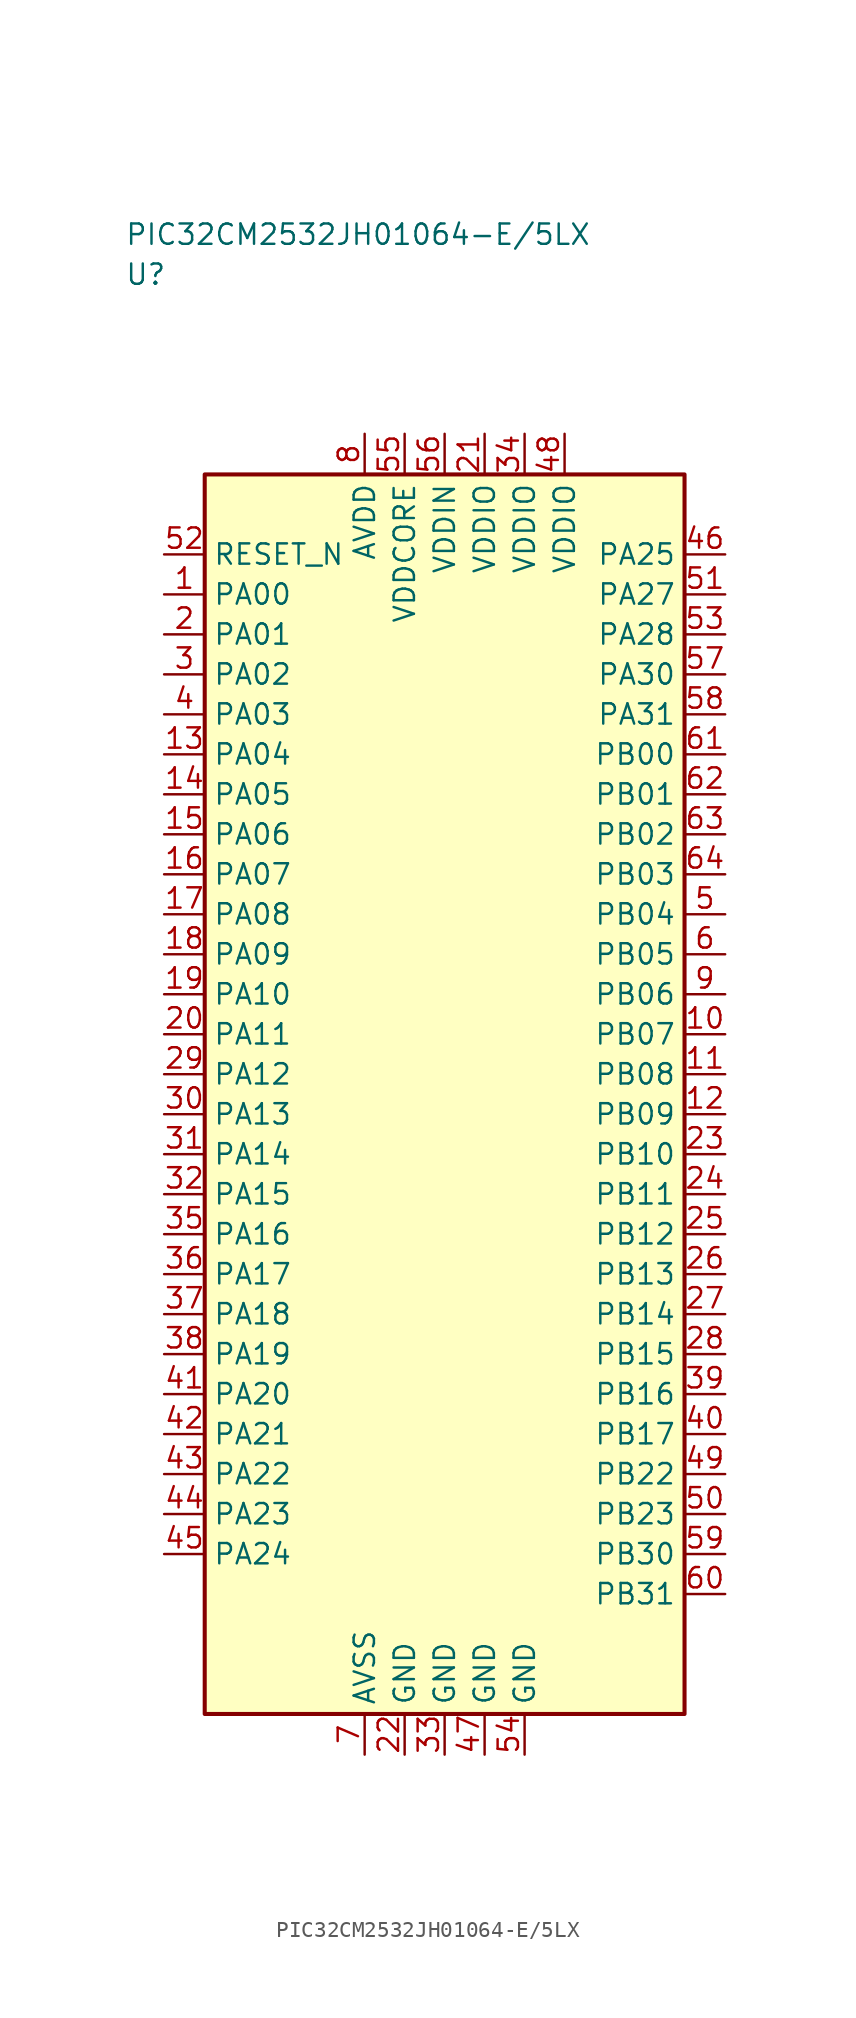
<source format=kicad_sym>
(kicad_symbol_lib
  (version 20241025)
  (generator "kicad_symbol_editor")
  (generator_version "8.0")
  (symbol "PIC32CM2532JH01064-E/5LX"
    (property "Reference" "U"
      (at -20.0 51.25 0)
      (effects (font (size 1.27 1.27)) (justify left)))
    (property "Value" "PIC32CM2532JH01064-E/5LX"
      (at -20.0 53.75 0)
      (effects (font (size 1.27 1.27)) (justify left)))
    (symbol "PIC32CM2532JH01064-E/5LX_0_1"
      (rectangle (start -15.0 38.75) (end 15.0 -38.75) (stroke (width 0.254) (type default)) (fill (type background))))
    (symbol "PIC32CM2532JH01064-E/5LX_1_1"
      (pin bidirectional line (at -17.54 31.25 0.0) (length 2.54) (name "PA00" (effects (font (size 1.27 1.27)))) (number "1" (effects (font (size 1.27 1.27)))))
      (pin bidirectional line (at -17.54 28.75 0.0) (length 2.54) (name "PA01" (effects (font (size 1.27 1.27)))) (number "2" (effects (font (size 1.27 1.27)))))
      (pin bidirectional line (at -17.54 26.25 0.0) (length 2.54) (name "PA02" (effects (font (size 1.27 1.27)))) (number "3" (effects (font (size 1.27 1.27)))))
      (pin bidirectional line (at -17.54 23.75 0.0) (length 2.54) (name "PA03" (effects (font (size 1.27 1.27)))) (number "4" (effects (font (size 1.27 1.27)))))
      (pin bidirectional line (at 17.54 11.25 180.0) (length 2.54) (name "PB04" (effects (font (size 1.27 1.27)))) (number "5" (effects (font (size 1.27 1.27)))))
      (pin bidirectional line (at 17.54 8.75 180.0) (length 2.54) (name "PB05" (effects (font (size 1.27 1.27)))) (number "6" (effects (font (size 1.27 1.27)))))
      (pin passive line (at -5.0 -41.29 90.0) (length 2.54) (name "AVSS" (effects (font (size 1.27 1.27)))) (number "7" (effects (font (size 1.27 1.27)))))
      (pin power_in line (at -5.0 41.29 270.0) (length 2.54) (name "AVDD" (effects (font (size 1.27 1.27)))) (number "8" (effects (font (size 1.27 1.27)))))
      (pin bidirectional line (at 17.54 6.25 180.0) (length 2.54) (name "PB06" (effects (font (size 1.27 1.27)))) (number "9" (effects (font (size 1.27 1.27)))))
      (pin bidirectional line (at 17.54 3.75 180.0) (length 2.54) (name "PB07" (effects (font (size 1.27 1.27)))) (number "10" (effects (font (size 1.27 1.27)))))
      (pin bidirectional line (at 17.54 1.25 180.0) (length 2.54) (name "PB08" (effects (font (size 1.27 1.27)))) (number "11" (effects (font (size 1.27 1.27)))))
      (pin bidirectional line (at 17.54 -1.25 180.0) (length 2.54) (name "PB09" (effects (font (size 1.27 1.27)))) (number "12" (effects (font (size 1.27 1.27)))))
      (pin bidirectional line (at -17.54 21.25 0.0) (length 2.54) (name "PA04" (effects (font (size 1.27 1.27)))) (number "13" (effects (font (size 1.27 1.27)))))
      (pin bidirectional line (at -17.54 18.75 0.0) (length 2.54) (name "PA05" (effects (font (size 1.27 1.27)))) (number "14" (effects (font (size 1.27 1.27)))))
      (pin bidirectional line (at -17.54 16.25 0.0) (length 2.54) (name "PA06" (effects (font (size 1.27 1.27)))) (number "15" (effects (font (size 1.27 1.27)))))
      (pin bidirectional line (at -17.54 13.75 0.0) (length 2.54) (name "PA07" (effects (font (size 1.27 1.27)))) (number "16" (effects (font (size 1.27 1.27)))))
      (pin bidirectional line (at -17.54 11.25 0.0) (length 2.54) (name "PA08" (effects (font (size 1.27 1.27)))) (number "17" (effects (font (size 1.27 1.27)))))
      (pin bidirectional line (at -17.54 8.75 0.0) (length 2.54) (name "PA09" (effects (font (size 1.27 1.27)))) (number "18" (effects (font (size 1.27 1.27)))))
      (pin bidirectional line (at -17.54 6.25 0.0) (length 2.54) (name "PA10" (effects (font (size 1.27 1.27)))) (number "19" (effects (font (size 1.27 1.27)))))
      (pin bidirectional line (at -17.54 3.75 0.0) (length 2.54) (name "PA11" (effects (font (size 1.27 1.27)))) (number "20" (effects (font (size 1.27 1.27)))))
      (pin power_in line (at 2.5 41.29 270.0) (length 2.54) (name "VDDIO" (effects (font (size 1.27 1.27)))) (number "21" (effects (font (size 1.27 1.27)))))
      (pin passive line (at -2.5 -41.29 90.0) (length 2.54) (name "GND" (effects (font (size 1.27 1.27)))) (number "22" (effects (font (size 1.27 1.27)))))
      (pin bidirectional line (at 17.54 -3.75 180.0) (length 2.54) (name "PB10" (effects (font (size 1.27 1.27)))) (number "23" (effects (font (size 1.27 1.27)))))
      (pin bidirectional line (at 17.54 -6.25 180.0) (length 2.54) (name "PB11" (effects (font (size 1.27 1.27)))) (number "24" (effects (font (size 1.27 1.27)))))
      (pin bidirectional line (at 17.54 -8.75 180.0) (length 2.54) (name "PB12" (effects (font (size 1.27 1.27)))) (number "25" (effects (font (size 1.27 1.27)))))
      (pin bidirectional line (at 17.54 -11.25 180.0) (length 2.54) (name "PB13" (effects (font (size 1.27 1.27)))) (number "26" (effects (font (size 1.27 1.27)))))
      (pin bidirectional line (at 17.54 -13.75 180.0) (length 2.54) (name "PB14" (effects (font (size 1.27 1.27)))) (number "27" (effects (font (size 1.27 1.27)))))
      (pin bidirectional line (at 17.54 -16.25 180.0) (length 2.54) (name "PB15" (effects (font (size 1.27 1.27)))) (number "28" (effects (font (size 1.27 1.27)))))
      (pin bidirectional line (at -17.54 1.25 0.0) (length 2.54) (name "PA12" (effects (font (size 1.27 1.27)))) (number "29" (effects (font (size 1.27 1.27)))))
      (pin bidirectional line (at -17.54 -1.25 0.0) (length 2.54) (name "PA13" (effects (font (size 1.27 1.27)))) (number "30" (effects (font (size 1.27 1.27)))))
      (pin bidirectional line (at -17.54 -3.75 0.0) (length 2.54) (name "PA14" (effects (font (size 1.27 1.27)))) (number "31" (effects (font (size 1.27 1.27)))))
      (pin bidirectional line (at -17.54 -6.25 0.0) (length 2.54) (name "PA15" (effects (font (size 1.27 1.27)))) (number "32" (effects (font (size 1.27 1.27)))))
      (pin passive line (at 0.0 -41.29 90.0) (length 2.54) (name "GND" (effects (font (size 1.27 1.27)))) (number "33" (effects (font (size 1.27 1.27)))))
      (pin power_in line (at 5.0 41.29 270.0) (length 2.54) (name "VDDIO" (effects (font (size 1.27 1.27)))) (number "34" (effects (font (size 1.27 1.27)))))
      (pin bidirectional line (at -17.54 -8.75 0.0) (length 2.54) (name "PA16" (effects (font (size 1.27 1.27)))) (number "35" (effects (font (size 1.27 1.27)))))
      (pin bidirectional line (at -17.54 -11.25 0.0) (length 2.54) (name "PA17" (effects (font (size 1.27 1.27)))) (number "36" (effects (font (size 1.27 1.27)))))
      (pin bidirectional line (at -17.54 -13.75 0.0) (length 2.54) (name "PA18" (effects (font (size 1.27 1.27)))) (number "37" (effects (font (size 1.27 1.27)))))
      (pin bidirectional line (at -17.54 -16.25 0.0) (length 2.54) (name "PA19" (effects (font (size 1.27 1.27)))) (number "38" (effects (font (size 1.27 1.27)))))
      (pin bidirectional line (at 17.54 -18.75 180.0) (length 2.54) (name "PB16" (effects (font (size 1.27 1.27)))) (number "39" (effects (font (size 1.27 1.27)))))
      (pin bidirectional line (at 17.54 -21.25 180.0) (length 2.54) (name "PB17" (effects (font (size 1.27 1.27)))) (number "40" (effects (font (size 1.27 1.27)))))
      (pin bidirectional line (at -17.54 -18.75 0.0) (length 2.54) (name "PA20" (effects (font (size 1.27 1.27)))) (number "41" (effects (font (size 1.27 1.27)))))
      (pin bidirectional line (at -17.54 -21.25 0.0) (length 2.54) (name "PA21" (effects (font (size 1.27 1.27)))) (number "42" (effects (font (size 1.27 1.27)))))
      (pin bidirectional line (at -17.54 -23.75 0.0) (length 2.54) (name "PA22" (effects (font (size 1.27 1.27)))) (number "43" (effects (font (size 1.27 1.27)))))
      (pin bidirectional line (at -17.54 -26.25 0.0) (length 2.54) (name "PA23" (effects (font (size 1.27 1.27)))) (number "44" (effects (font (size 1.27 1.27)))))
      (pin bidirectional line (at -17.54 -28.75 0.0) (length 2.54) (name "PA24" (effects (font (size 1.27 1.27)))) (number "45" (effects (font (size 1.27 1.27)))))
      (pin bidirectional line (at 17.54 33.75 180.0) (length 2.54) (name "PA25" (effects (font (size 1.27 1.27)))) (number "46" (effects (font (size 1.27 1.27)))))
      (pin passive line (at 2.5 -41.29 90.0) (length 2.54) (name "GND" (effects (font (size 1.27 1.27)))) (number "47" (effects (font (size 1.27 1.27)))))
      (pin power_in line (at 7.5 41.29 270.0) (length 2.54) (name "VDDIO" (effects (font (size 1.27 1.27)))) (number "48" (effects (font (size 1.27 1.27)))))
      (pin bidirectional line (at 17.54 -23.75 180.0) (length 2.54) (name "PB22" (effects (font (size 1.27 1.27)))) (number "49" (effects (font (size 1.27 1.27)))))
      (pin bidirectional line (at 17.54 -26.25 180.0) (length 2.54) (name "PB23" (effects (font (size 1.27 1.27)))) (number "50" (effects (font (size 1.27 1.27)))))
      (pin bidirectional line (at 17.54 31.25 180.0) (length 2.54) (name "PA27" (effects (font (size 1.27 1.27)))) (number "51" (effects (font (size 1.27 1.27)))))
      (pin input line (at -17.54 33.75 0.0) (length 2.54) (name "RESET_N" (effects (font (size 1.27 1.27)))) (number "52" (effects (font (size 1.27 1.27)))))
      (pin bidirectional line (at 17.54 28.75 180.0) (length 2.54) (name "PA28" (effects (font (size 1.27 1.27)))) (number "53" (effects (font (size 1.27 1.27)))))
      (pin passive line (at 5.0 -41.29 90.0) (length 2.54) (name "GND" (effects (font (size 1.27 1.27)))) (number "54" (effects (font (size 1.27 1.27)))))
      (pin power_in line (at -2.5 41.29 270.0) (length 2.54) (name "VDDCORE" (effects (font (size 1.27 1.27)))) (number "55" (effects (font (size 1.27 1.27)))))
      (pin power_in line (at 0.0 41.29 270.0) (length 2.54) (name "VDDIN" (effects (font (size 1.27 1.27)))) (number "56" (effects (font (size 1.27 1.27)))))
      (pin bidirectional line (at 17.54 26.25 180.0) (length 2.54) (name "PA30" (effects (font (size 1.27 1.27)))) (number "57" (effects (font (size 1.27 1.27)))))
      (pin bidirectional line (at 17.54 23.75 180.0) (length 2.54) (name "PA31" (effects (font (size 1.27 1.27)))) (number "58" (effects (font (size 1.27 1.27)))))
      (pin bidirectional line (at 17.54 -28.75 180.0) (length 2.54) (name "PB30" (effects (font (size 1.27 1.27)))) (number "59" (effects (font (size 1.27 1.27)))))
      (pin bidirectional line (at 17.54 -31.25 180.0) (length 2.54) (name "PB31" (effects (font (size 1.27 1.27)))) (number "60" (effects (font (size 1.27 1.27)))))
      (pin bidirectional line (at 17.54 21.25 180.0) (length 2.54) (name "PB00" (effects (font (size 1.27 1.27)))) (number "61" (effects (font (size 1.27 1.27)))))
      (pin bidirectional line (at 17.54 18.75 180.0) (length 2.54) (name "PB01" (effects (font (size 1.27 1.27)))) (number "62" (effects (font (size 1.27 1.27)))))
      (pin bidirectional line (at 17.54 16.25 180.0) (length 2.54) (name "PB02" (effects (font (size 1.27 1.27)))) (number "63" (effects (font (size 1.27 1.27)))))
      (pin bidirectional line (at 17.54 13.75 180.0) (length 2.54) (name "PB03" (effects (font (size 1.27 1.27)))) (number "64" (effects (font (size 1.27 1.27))))))))
</source>
